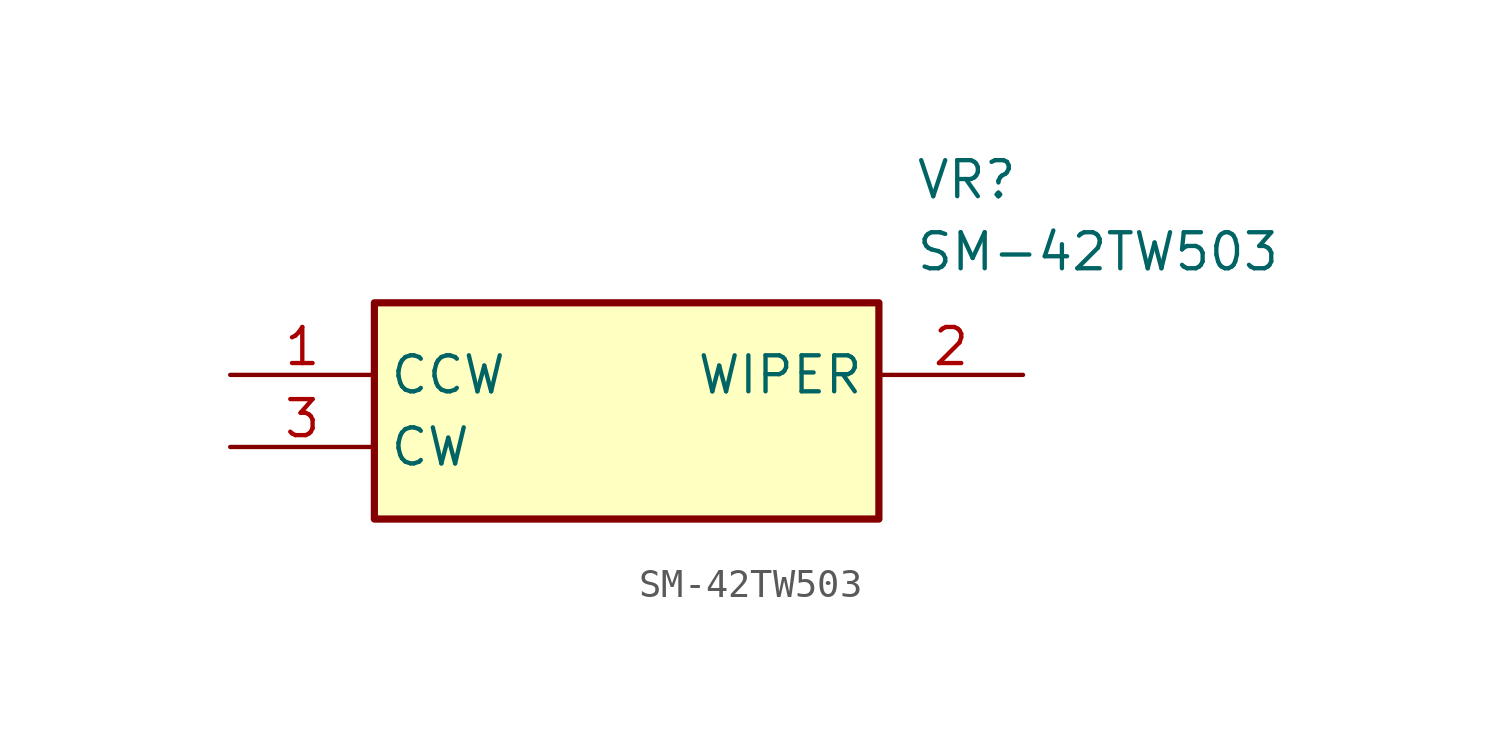
<source format=kicad_sym>
(kicad_symbol_lib
  (version 20211014)
  (generator SamacSys_ECAD_Model)
  (symbol "SM-42TW503"
    (property "Reference" "VR"
      (at 24.13 7.62 0)
      (effects (font (size 1.27 1.27)) (justify left top)))
    (property "Value" "SM-42TW503"
      (at 24.13 5.08 0)
      (effects (font (size 1.27 1.27)) (justify left top)))
    (rectangle
      (start 5.08 2.54)
      (end 22.86 -5.08)
      (stroke (width 0.254) (type default))
      (fill (type background)))
    (pin passive line
      (at 0 0 0)
      (length 5.08)
      (name "CCW" (effects (font (size 1.27 1.27))))
      (number "1" (effects (font (size 1.27 1.27)))))
    (pin passive line
      (at 27.94 0 180)
      (length 5.08)
      (name "WIPER" (effects (font (size 1.27 1.27))))
      (number "2" (effects (font (size 1.27 1.27)))))
    (pin passive line
      (at 0 -2.54 0)
      (length 5.08)
      (name "CW" (effects (font (size 1.27 1.27))))
      (number "3" (effects (font (size 1.27 1.27)))))))
</source>
